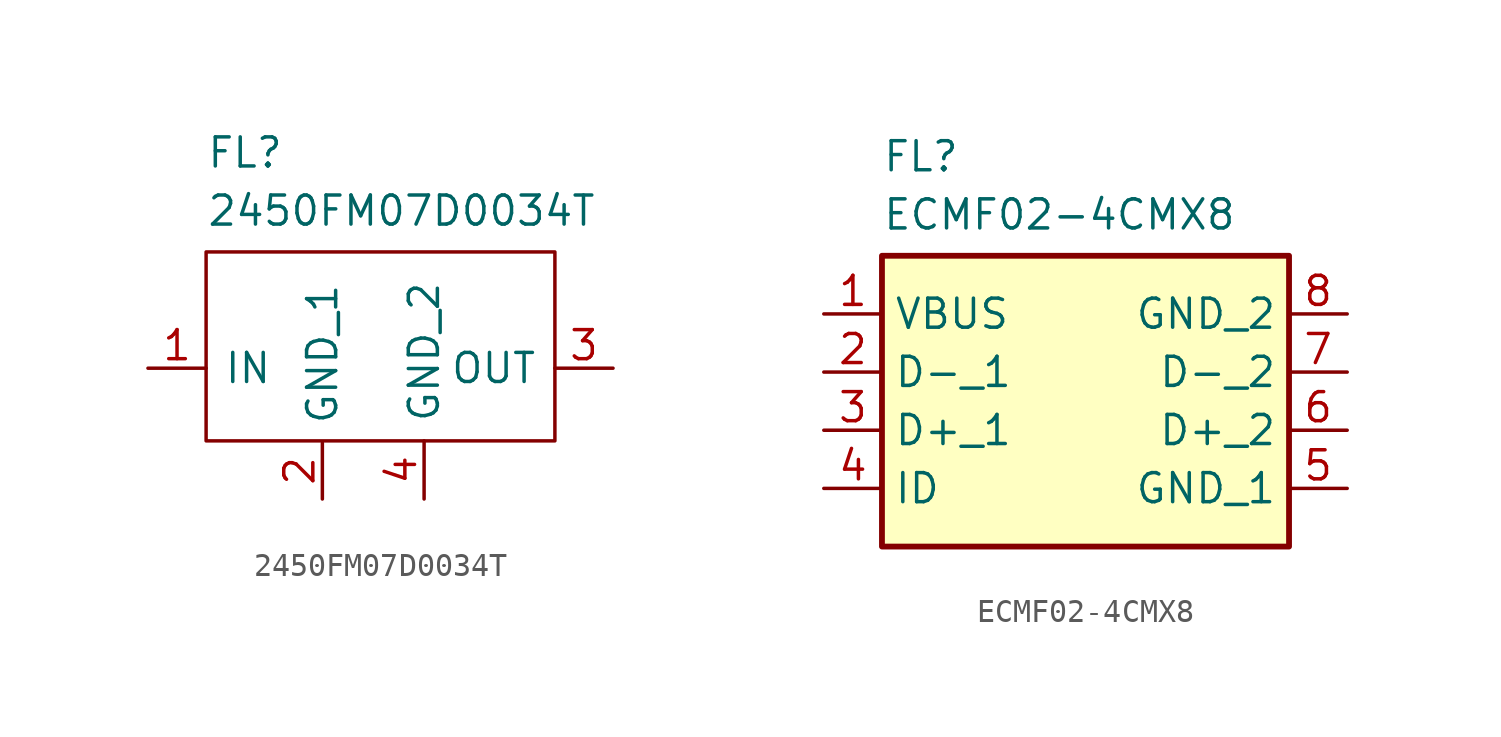
<source format=kicad_sym>
(kicad_symbol_lib
  (version 20241209)
  (generator "kicad_symbol_editor")
  (generator_version "9.0")
  (symbol "2450FM07D0034T"
    (pin_names
      (offset 0.762))
    (property "Reference" "FL"
      (at 2.54 10.16 0)
      (effects (font (size 1.27 1.27)) (justify left top)))
    (property "Value" "2450FM07D0034T"
      (at 2.54 7.62 0)
      (effects (font (size 1.27 1.27)) (justify left top)))
    (symbol "2450FM07D0034T_0_0"
      (pin input line (at 0 0 0) (length 2.54) (name "IN" (effects (font (size 1.27 1.27)))) (number "1" (effects (font (size 1.27 1.27)))))
      (pin passive line (at 7.62 -5.715 90) (length 2.45) (name "GND_1" (effects (font (size 1.27 1.27)))) (number "2" (effects (font (size 1.27 1.27)))))
      (pin passive line (at 12.065 -5.715 90) (length 2.54) (name "GND_2" (effects (font (size 1.27 1.27)))) (number "4" (effects (font (size 1.27 1.27)))))
      (pin output line (at 20.32 0 180) (length 2.54) (name "OUT" (effects (font (size 1.27 1.27)))) (number "3" (effects (font (size 1.27 1.27))))))
    (symbol "2450FM07D0034T_0_1"
      (rectangle (start 2.54 5.08) (end 17.78 -3.175) (stroke (width 0.152) (type default)) (fill (type none)))))
  (symbol "ECMF02-4CMX8"
    (property "Reference" "FL"
      (at 2.54 7.62 0)
      (effects (font (size 1.27 1.27)) (justify left top)))
    (property "Value" "ECMF02-4CMX8"
      (at 2.54 5.08 0)
      (effects (font (size 1.27 1.27)) (justify left top)))
    (symbol "ECMF02-4CMX8_1_1"
      (rectangle (start 2.54 2.54) (end 20.32 -10.16) (stroke (width 0.254) (type default)) (fill (type background)))
      (pin passive line (at 0 0 0) (length 2.54) (name "VBUS" (effects (font (size 1.27 1.27)))) (number "1" (effects (font (size 1.27 1.27)))))
      (pin passive line (at 0 -2.54 0) (length 2.54) (name "D-_1" (effects (font (size 1.27 1.27)))) (number "2" (effects (font (size 1.27 1.27)))))
      (pin passive line (at 0 -5.08 0) (length 2.54) (name "D+_1" (effects (font (size 1.27 1.27)))) (number "3" (effects (font (size 1.27 1.27)))))
      (pin passive line (at 0 -7.62 0) (length 2.54) (name "ID" (effects (font (size 1.27 1.27)))) (number "4" (effects (font (size 1.27 1.27)))))
      (pin passive line (at 22.86 0 180) (length 2.54) (name "GND_2" (effects (font (size 1.27 1.27)))) (number "8" (effects (font (size 1.27 1.27)))))
      (pin passive line (at 22.86 -2.54 180) (length 2.54) (name "D-_2" (effects (font (size 1.27 1.27)))) (number "7" (effects (font (size 1.27 1.27)))))
      (pin passive line (at 22.86 -5.08 180) (length 2.54) (name "D+_2" (effects (font (size 1.27 1.27)))) (number "6" (effects (font (size 1.27 1.27)))))
      (pin passive line (at 22.86 -7.62 180) (length 2.54) (name "GND_1" (effects (font (size 1.27 1.27)))) (number "5" (effects (font (size 1.27 1.27))))))))
</source>
